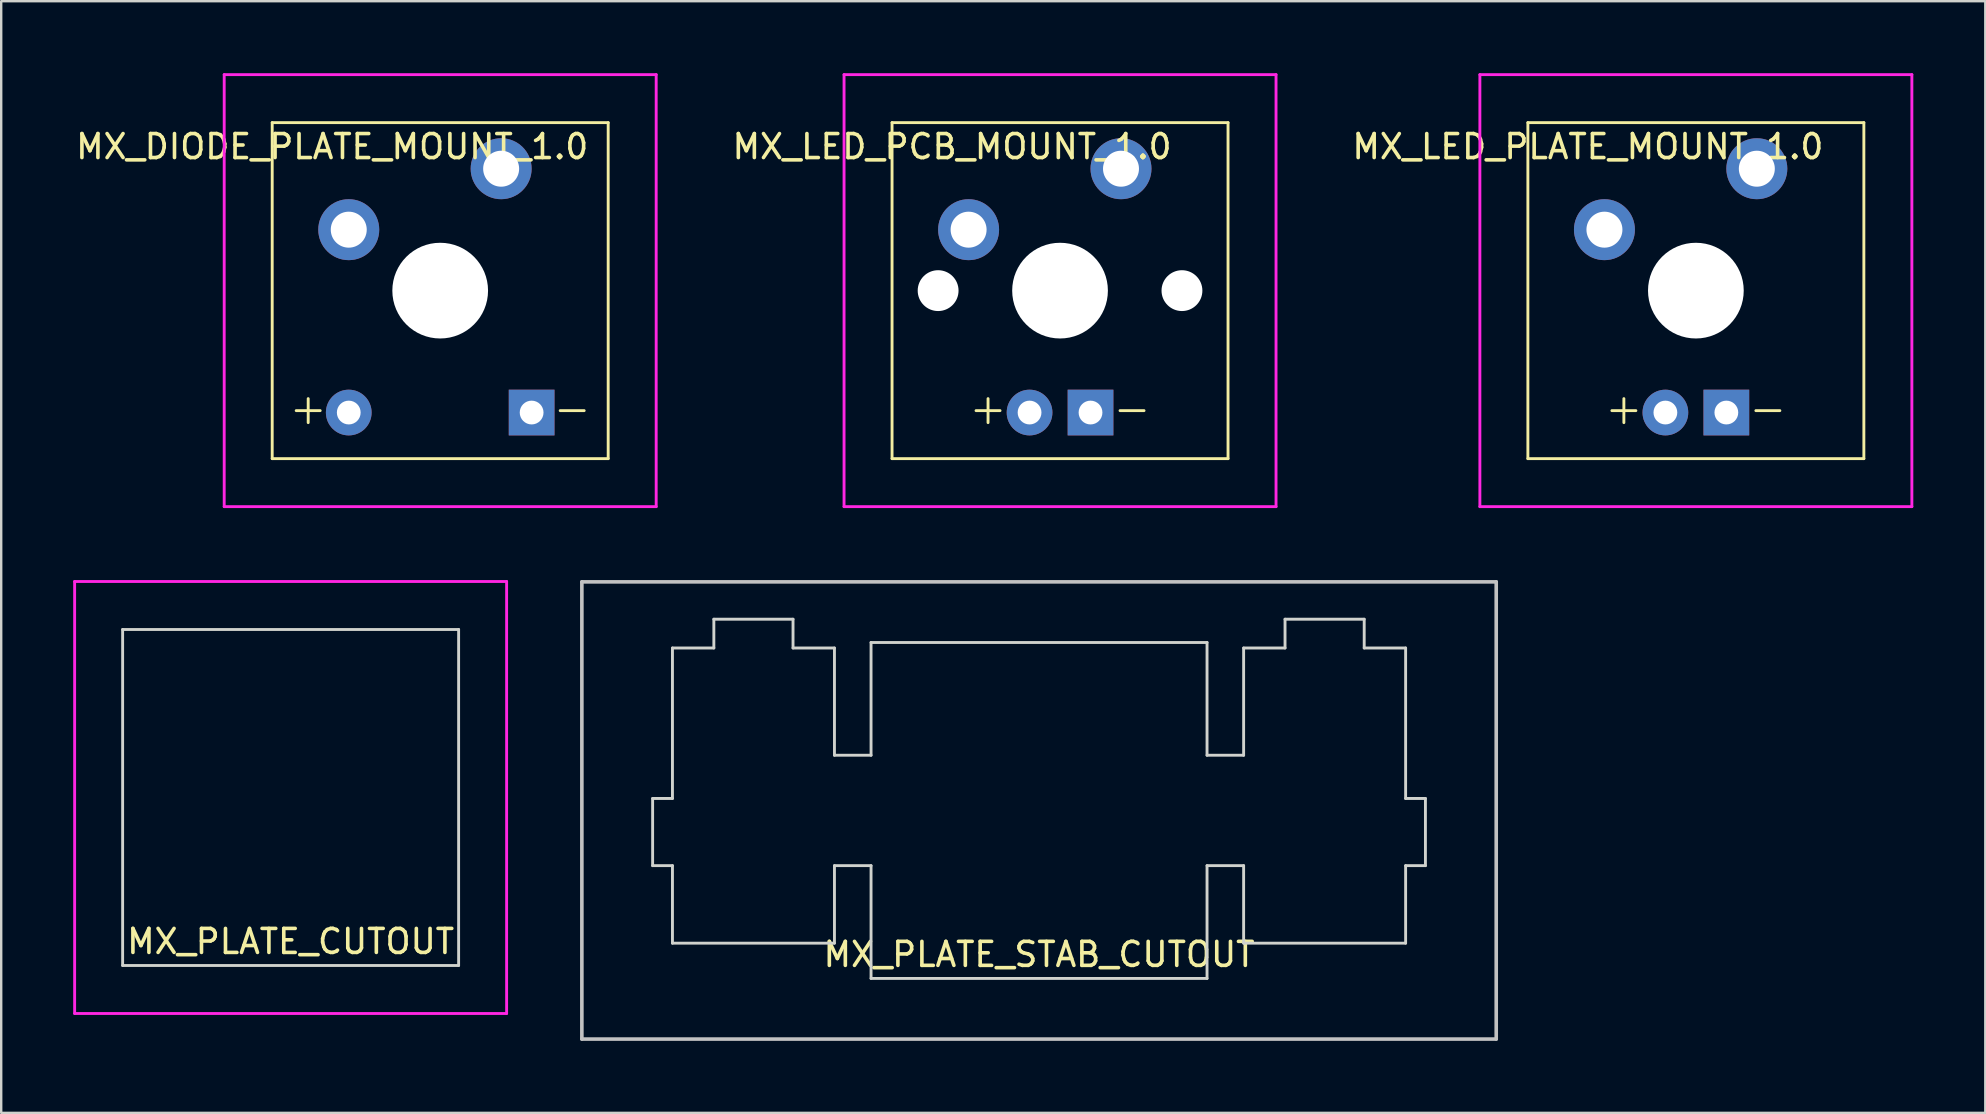
<source format=kicad_pcb>
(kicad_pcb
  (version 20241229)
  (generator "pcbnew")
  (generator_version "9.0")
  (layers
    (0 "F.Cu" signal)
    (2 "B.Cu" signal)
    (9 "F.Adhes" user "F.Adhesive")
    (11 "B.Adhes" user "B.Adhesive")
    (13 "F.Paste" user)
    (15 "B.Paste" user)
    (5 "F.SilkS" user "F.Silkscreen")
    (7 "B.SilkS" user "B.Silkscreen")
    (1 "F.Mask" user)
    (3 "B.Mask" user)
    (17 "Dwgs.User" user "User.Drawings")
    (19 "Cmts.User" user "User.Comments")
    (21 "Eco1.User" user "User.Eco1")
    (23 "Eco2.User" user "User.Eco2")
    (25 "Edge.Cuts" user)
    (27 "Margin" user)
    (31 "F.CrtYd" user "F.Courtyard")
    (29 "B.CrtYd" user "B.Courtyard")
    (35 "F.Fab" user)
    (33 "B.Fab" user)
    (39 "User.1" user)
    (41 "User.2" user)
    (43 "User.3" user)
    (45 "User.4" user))
  (footprint "MX_LED_PLATE_MOUNT_1.0"
    (layer "F.Cu")
    (at 67.614 9.06)
    (property "Reference" "MX_LED_PLATE_MOUNT_1.0" (at -4.5 -6 0) (layer "F.SilkS") (effects (font (size 1 1) (thickness 0.15))))
    (attr through_hole)
    (fp_line (start -7 -7) (end 7 -7) (stroke (width 0.12) (type solid)) (layer "F.SilkS"))
    (fp_line (start -7 7) (end -7 -7) (stroke (width 0.12) (type solid)) (layer "F.SilkS"))
    (fp_line (start -3.5 5) (end -2.5 5) (stroke (width 0.12) (type solid)) (layer "F.SilkS"))
    (fp_line (start -3 4.5) (end -3 5.5) (stroke (width 0.12) (type solid)) (layer "F.SilkS"))
    (fp_line (start 2.5 5) (end 3.5 5) (stroke (width 0.12) (type solid)) (layer "F.SilkS"))
    (fp_line (start 7 -7) (end 7 7) (stroke (width 0.12) (type solid)) (layer "F.SilkS"))
    (fp_line (start 7 7) (end -7 7) (stroke (width 0.12) (type solid)) (layer "F.SilkS"))
    (fp_line (start -9 -9) (end -9 9) (stroke (width 0.12) (type solid)) (layer "F.CrtYd"))
    (fp_line (start -9 9) (end 9 9) (stroke (width 0.12) (type solid)) (layer "F.CrtYd"))
    (fp_line (start 9 -9) (end -9 -9) (stroke (width 0.12) (type solid)) (layer "F.CrtYd"))
    (fp_line (start 9 9) (end 9 -9) (stroke (width 0.12) (type solid)) (layer "F.CrtYd"))
    (pad "" np_thru_hole circle (at 0 0) (size 3.988 3.988) (drill 3.988) (layers "*.Cu" "*.Mask"))
    (pad "A" thru_hole circle (at -1.27 5.08) (size 1.905 1.905) (drill 0.991) (layers "*.Cu" "*.Mask"))
    (pad "K" thru_hole rect (at 1.27 5.08) (size 1.905 1.905) (drill 0.991) (layers "*.Cu" "*.Mask"))
    (pad "S1" thru_hole circle (at -3.81 -2.54) (size 2.54 2.54) (drill 1.499) (layers "*.Cu" "*.Mask"))
    (pad "S2" thru_hole circle (at 2.54 -5.08) (size 2.54 2.54) (drill 1.499) (layers "*.Cu" "*.Mask")))
  (footprint "MX_LED_PCB_MOUNT_1.0"
    (layer "F.Cu")
    (at 41.12 9.06)
    (property "Reference" "MX_LED_PCB_MOUNT_1.0" (at -4.5 -6 0) (layer "F.SilkS") (effects (font (size 1 1) (thickness 0.15))))
    (attr through_hole)
    (fp_line (start -7 -7) (end 7 -7) (stroke (width 0.12) (type solid)) (layer "F.SilkS"))
    (fp_line (start -7 7) (end -7 -7) (stroke (width 0.12) (type solid)) (layer "F.SilkS"))
    (fp_line (start -3.5 5) (end -2.5 5) (stroke (width 0.12) (type solid)) (layer "F.SilkS"))
    (fp_line (start -3 4.5) (end -3 5.5) (stroke (width 0.12) (type solid)) (layer "F.SilkS"))
    (fp_line (start 2.5 5) (end 3.5 5) (stroke (width 0.12) (type solid)) (layer "F.SilkS"))
    (fp_line (start 7 -7) (end 7 7) (stroke (width 0.12) (type solid)) (layer "F.SilkS"))
    (fp_line (start 7 7) (end -7 7) (stroke (width 0.12) (type solid)) (layer "F.SilkS"))
    (fp_line (start -9 -9) (end -9 9) (stroke (width 0.12) (type solid)) (layer "F.CrtYd"))
    (fp_line (start -9 9) (end 9 9) (stroke (width 0.12) (type solid)) (layer "F.CrtYd"))
    (fp_line (start 9 -9) (end -9 -9) (stroke (width 0.12) (type solid)) (layer "F.CrtYd"))
    (fp_line (start 9 9) (end 9 -9) (stroke (width 0.12) (type solid)) (layer "F.CrtYd"))
    (pad "" np_thru_hole circle (at -5.08 0) (size 1.702 1.702) (drill 1.702) (layers "*.Cu" "*.Mask"))
    (pad "" np_thru_hole circle (at 0 0) (size 3.988 3.988) (drill 3.988) (layers "*.Cu" "*.Mask"))
    (pad "" np_thru_hole circle (at 5.08 0) (size 1.702 1.702) (drill 1.702) (layers "*.Cu" "*.Mask"))
    (pad "A" thru_hole circle (at -1.27 5.08) (size 1.905 1.905) (drill 0.991) (layers "*.Cu" "*.Mask"))
    (pad "K" thru_hole rect (at 1.27 5.08) (size 1.905 1.905) (drill 0.991) (layers "*.Cu" "*.Mask"))
    (pad "S1" thru_hole circle (at -3.81 -2.54) (size 2.54 2.54) (drill 1.499) (layers "*.Cu" "*.Mask"))
    (pad "S2" thru_hole circle (at 2.54 -5.08) (size 2.54 2.54) (drill 1.499) (layers "*.Cu" "*.Mask")))
  (footprint "MX_PLATE_CUTOUT"
    (layer "F.Cu")
    (at 9.06 30.18)
    (property "Reference" "MX_PLATE_CUTOUT" (at 0 6 0) (layer "F.SilkS") (effects (font (size 1 1) (thickness 0.15))))
    (attr through_hole)
    (fp_line (start -7 -7) (end -7 7) (stroke (width 0.12) (type solid)) (layer "Edge.Cuts"))
    (fp_line (start -7 7) (end 7 7) (stroke (width 0.12) (type solid)) (layer "Edge.Cuts"))
    (fp_line (start 7 -7) (end -7 -7) (stroke (width 0.12) (type solid)) (layer "Edge.Cuts"))
    (fp_line (start 7 7) (end 7 -7) (stroke (width 0.12) (type solid)) (layer "Edge.Cuts"))
    (fp_line (start -9 -9) (end -9 9) (stroke (width 0.12) (type solid)) (layer "F.CrtYd"))
    (fp_line (start -9 9) (end 9 9) (stroke (width 0.12) (type solid)) (layer "F.CrtYd"))
    (fp_line (start 9 -9) (end -9 -9) (stroke (width 0.12) (type solid)) (layer "F.CrtYd"))
    (fp_line (start 9 9) (end 9 -9) (stroke (width 0.12) (type solid)) (layer "F.CrtYd")))
  (footprint "MX_DIODE_PLATE_MOUNT_1.0"
    (layer "F.Cu")
    (at 15.292 9.06)
    (property "Reference" "MX_DIODE_PLATE_MOUNT_1.0" (at -4.5 -6 0) (layer "F.SilkS") (effects (font (size 1 1) (thickness 0.15))))
    (attr through_hole)
    (fp_line (start -7 -7) (end 7 -7) (stroke (width 0.12) (type solid)) (layer "F.SilkS"))
    (fp_line (start -7 7) (end -7 -7) (stroke (width 0.12) (type solid)) (layer "F.SilkS"))
    (fp_line (start -6 5) (end -5 5) (stroke (width 0.12) (type solid)) (layer "F.SilkS"))
    (fp_line (start -5.5 4.5) (end -5.5 5.5) (stroke (width 0.12) (type solid)) (layer "F.SilkS"))
    (fp_line (start 5 5) (end 6 5) (stroke (width 0.12) (type solid)) (layer "F.SilkS"))
    (fp_line (start 7 -7) (end 7 7) (stroke (width 0.12) (type solid)) (layer "F.SilkS"))
    (fp_line (start 7 7) (end -7 7) (stroke (width 0.12) (type solid)) (layer "F.SilkS"))
    (fp_line (start -9 -9) (end -9 9) (stroke (width 0.12) (type solid)) (layer "F.CrtYd"))
    (fp_line (start -9 9) (end 9 9) (stroke (width 0.12) (type solid)) (layer "F.CrtYd"))
    (fp_line (start 9 -9) (end -9 -9) (stroke (width 0.12) (type solid)) (layer "F.CrtYd"))
    (fp_line (start 9 9) (end 9 -9) (stroke (width 0.12) (type solid)) (layer "F.CrtYd"))
    (pad "" np_thru_hole circle (at 0 0) (size 3.988 3.988) (drill 3.988) (layers "*.Cu" "*.Mask"))
    (pad "A" thru_hole circle (at -3.81 5.08) (size 1.905 1.905) (drill 0.991) (layers "*.Cu" "*.Mask"))
    (pad "K" thru_hole rect (at 3.81 5.08) (size 1.905 1.905) (drill 0.991) (layers "*.Cu" "*.Mask"))
    (pad "S1" thru_hole circle (at -3.81 -2.54) (size 2.54 2.54) (drill 1.499) (layers "*.Cu" "*.Mask"))
    (pad "S2" thru_hole circle (at 2.54 -5.08) (size 2.54 2.54) (drill 1.499) (layers "*.Cu" "*.Mask")))
  (footprint "MX_PLATE_STAB_CUTOUT"
    (layer "F.Cu")
    (at 40.245 30.72)
    (property "Reference" "MX_PLATE_STAB_CUTOUT" (at 0 6 0) (layer "F.SilkS") (effects (font (size 1 1) (thickness 0.15))))
    (attr through_hole)
    (fp_line (start -19.05 -9.525) (end -19.05 9.525) (stroke (width 0.15) (type solid)) (layer "Dwgs.User"))
    (fp_line (start -19.05 -9.525) (end 19.05 -9.525) (stroke (width 0.15) (type solid)) (layer "Dwgs.User"))
    (fp_line (start -19.05 9.525) (end 19.05 9.525) (stroke (width 0.15) (type solid)) (layer "Dwgs.User"))
    (fp_line (start 19.05 9.525) (end 19.05 -9.525) (stroke (width 0.15) (type solid)) (layer "Dwgs.User"))
    (fp_line (start -16.101 -0.499) (end -15.275 -0.499) (stroke (width 0.12) (type solid)) (layer "Edge.Cuts"))
    (fp_line (start -16.101 2.3) (end -16.101 -0.499) (stroke (width 0.12) (type solid)) (layer "Edge.Cuts"))
    (fp_line (start -15.275 -6.769) (end -13.55 -6.769) (stroke (width 0.12) (type solid)) (layer "Edge.Cuts"))
    (fp_line (start -15.275 -0.499) (end -15.275 -6.769) (stroke (width 0.12) (type solid)) (layer "Edge.Cuts"))
    (fp_line (start -15.275 2.3) (end -16.101 2.3) (stroke (width 0.12) (type solid)) (layer "Edge.Cuts"))
    (fp_line (start -15.275 5.53) (end -15.275 2.3) (stroke (width 0.12) (type solid)) (layer "Edge.Cuts"))
    (fp_line (start -13.55 -7.969) (end -10.251 -7.969) (stroke (width 0.12) (type solid)) (layer "Edge.Cuts"))
    (fp_line (start -13.55 -6.769) (end -13.55 -7.969) (stroke (width 0.12) (type solid)) (layer "Edge.Cuts"))
    (fp_line (start -10.251 -7.969) (end -10.251 -6.769) (stroke (width 0.12) (type solid)) (layer "Edge.Cuts"))
    (fp_line (start -10.251 -6.769) (end -8.525 -6.769) (stroke (width 0.12) (type solid)) (layer "Edge.Cuts"))
    (fp_line (start -8.525 -6.769) (end -8.525 -2.3) (stroke (width 0.12) (type solid)) (layer "Edge.Cuts"))
    (fp_line (start -8.525 -2.3) (end -7 -2.3) (stroke (width 0.12) (type solid)) (layer "Edge.Cuts"))
    (fp_line (start -8.525 2.3) (end -8.525 5.53) (stroke (width 0.12) (type solid)) (layer "Edge.Cuts"))
    (fp_line (start -8.525 5.53) (end -15.275 5.53) (stroke (width 0.12) (type solid)) (layer "Edge.Cuts"))
    (fp_line (start -7 -6.999) (end 7 -6.999) (stroke (width 0.12) (type solid)) (layer "Edge.Cuts"))
    (fp_line (start -7 -2.3) (end -7 -6.999) (stroke (width 0.12) (type solid)) (layer "Edge.Cuts"))
    (fp_line (start -7 2.3) (end -8.525 2.3) (stroke (width 0.12) (type solid)) (layer "Edge.Cuts"))
    (fp_line (start -7 7) (end -7 2.3) (stroke (width 0.12) (type solid)) (layer "Edge.Cuts"))
    (fp_line (start 7 -6.999) (end 7 -2.3) (stroke (width 0.12) (type solid)) (layer "Edge.Cuts"))
    (fp_line (start 7 -2.3) (end 8.525 -2.3) (stroke (width 0.12) (type solid)) (layer "Edge.Cuts"))
    (fp_line (start 7 2.3) (end 7 7) (stroke (width 0.12) (type solid)) (layer "Edge.Cuts"))
    (fp_line (start 7 7) (end -7 7) (stroke (width 0.12) (type solid)) (layer "Edge.Cuts"))
    (fp_line (start 8.525 -6.769) (end 10.25 -6.769) (stroke (width 0.12) (type solid)) (layer "Edge.Cuts"))
    (fp_line (start 8.525 -2.3) (end 8.525 -6.769) (stroke (width 0.12) (type solid)) (layer "Edge.Cuts"))
    (fp_line (start 8.525 2.3) (end 7 2.3) (stroke (width 0.12) (type solid)) (layer "Edge.Cuts"))
    (fp_line (start 8.525 5.53) (end 8.525 2.3) (stroke (width 0.12) (type solid)) (layer "Edge.Cuts"))
    (fp_line (start 10.25 -7.969) (end 13.549 -7.969) (stroke (width 0.12) (type solid)) (layer "Edge.Cuts"))
    (fp_line (start 10.25 -6.769) (end 10.25 -7.969) (stroke (width 0.12) (type solid)) (layer "Edge.Cuts"))
    (fp_line (start 13.549 -7.969) (end 13.549 -6.769) (stroke (width 0.12) (type solid)) (layer "Edge.Cuts"))
    (fp_line (start 13.549 -6.769) (end 15.275 -6.769) (stroke (width 0.12) (type solid)) (layer "Edge.Cuts"))
    (fp_line (start 15.275 -6.769) (end 15.275 -0.499) (stroke (width 0.12) (type solid)) (layer "Edge.Cuts"))
    (fp_line (start 15.275 -0.499) (end 16.1 -0.499) (stroke (width 0.12) (type solid)) (layer "Edge.Cuts"))
    (fp_line (start 15.275 2.3) (end 15.275 5.53) (stroke (width 0.12) (type solid)) (layer "Edge.Cuts"))
    (fp_line (start 15.275 5.53) (end 8.525 5.53) (stroke (width 0.12) (type solid)) (layer "Edge.Cuts"))
    (fp_line (start 16.1 -0.499) (end 16.1 2.3) (stroke (width 0.12) (type solid)) (layer "Edge.Cuts"))
    (fp_line (start 16.1 2.3) (end 15.275 2.3) (stroke (width 0.12) (type solid)) (layer "Edge.Cuts")))
  (gr_rect
    (start -3 -3)
    (end 79.674 43.32)
    (stroke (width 0.1) (type default))
    (fill no)
    (layer "Edge.Cuts")))
</source>
